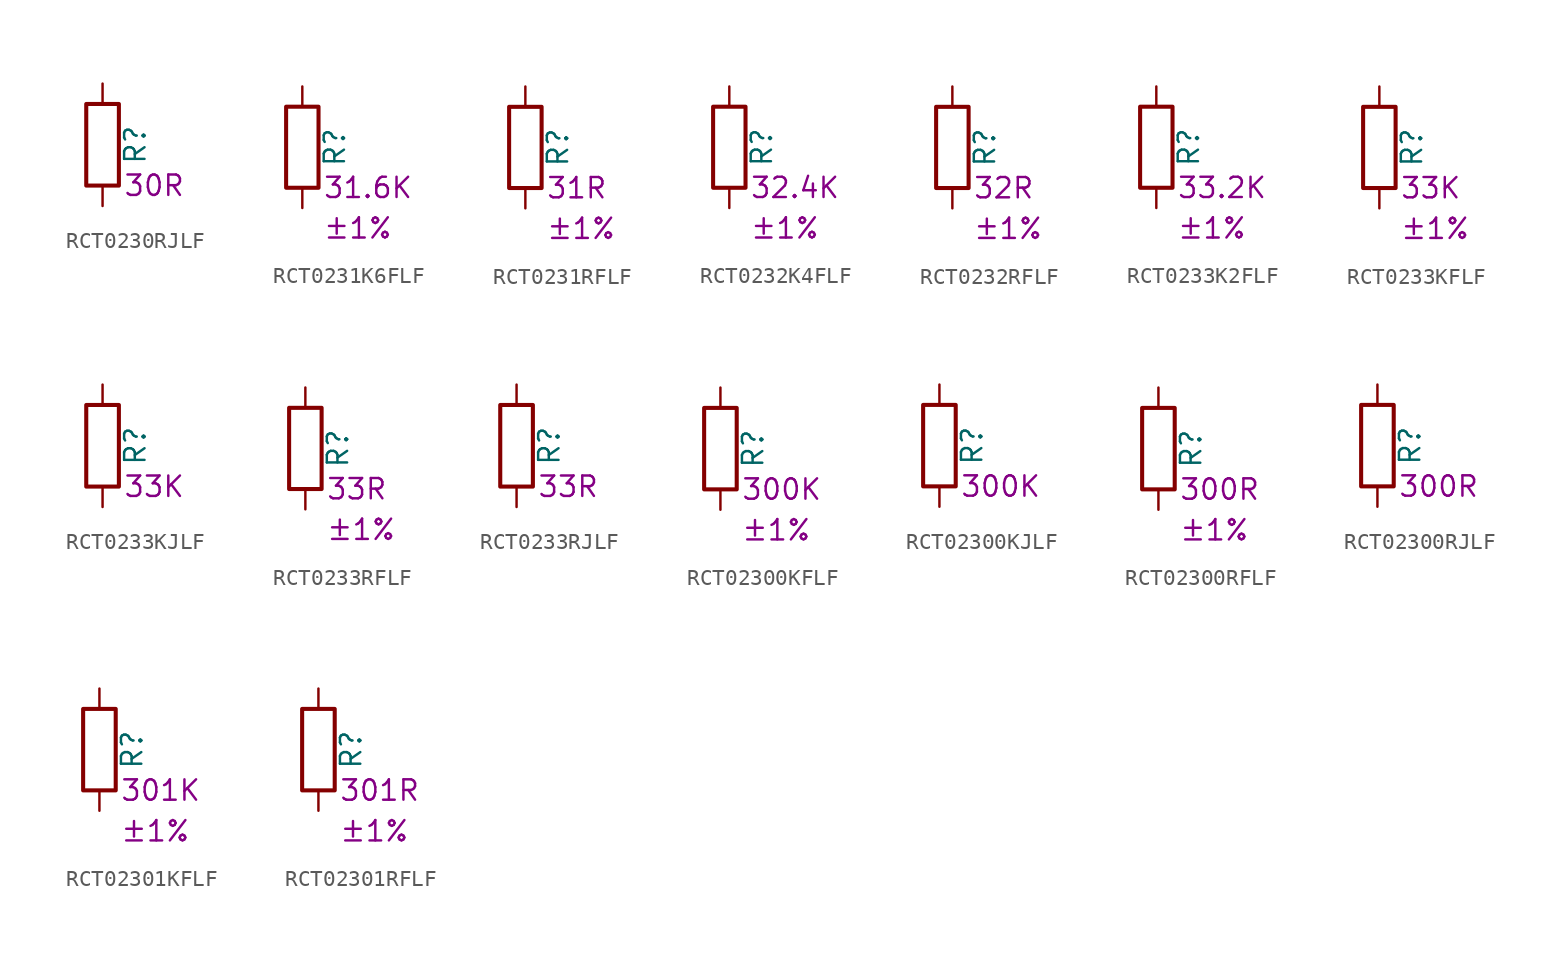
<source format=kicad_sym>
(kicad_symbol_lib
  (version 20220914)
  (generator kicad_symbol_editor)
  (symbol "RCT0230RJLF"
    (pin_numbers hide)
    (pin_names
      (offset 0))
    (property "Reference" "R"
      (at 2.032 0 90)
      (effects (font (size 1.27 1.27))))
    (property "Resistance" "30R"
      (at 1.27 -2.54 0)
      (effects (font (size 1.27 1.27)) (justify left)))
    (symbol "RCT0230RJLF_0_1"
      (rectangle (start -1.016 -2.54) (end 1.016 2.54) (stroke (width 0.254) (type default)) (fill (type none))))
    (symbol "RCT0230RJLF_1_1"
      (pin passive line (at 0 3.81 270) (length 1.27) (name "~" (effects (font (size 1.27 1.27)))) (number "1" (effects (font (size 1.27 1.27)))))
      (pin passive line (at 0 -3.81 90) (length 1.27) (name "~" (effects (font (size 1.27 1.27)))) (number "2" (effects (font (size 1.27 1.27)))))))
  (symbol "RCT0231K6FLF"
    (pin_numbers hide)
    (pin_names
      (offset 0))
    (property "Reference" "R"
      (at 2.032 0 90)
      (effects (font (size 1.27 1.27))))
    (property "Resistance" "31.6K"
      (at 1.27 -2.54 0)
      (effects (font (size 1.27 1.27)) (justify left)))
    (property "Tolerance" "±1%"
      (at 1.27 -5.08 0)
      (effects (font (size 1.27 1.27)) (justify left)))
    (symbol "RCT0231K6FLF_0_1"
      (rectangle (start -1.016 -2.54) (end 1.016 2.54) (stroke (width 0.254) (type default)) (fill (type none))))
    (symbol "RCT0231K6FLF_1_1"
      (pin passive line (at 0 3.81 270) (length 1.27) (name "~" (effects (font (size 1.27 1.27)))) (number "1" (effects (font (size 1.27 1.27)))))
      (pin passive line (at 0 -3.81 90) (length 1.27) (name "~" (effects (font (size 1.27 1.27)))) (number "2" (effects (font (size 1.27 1.27)))))))
  (symbol "RCT0231RFLF"
    (pin_numbers hide)
    (pin_names
      (offset 0))
    (property "Reference" "R"
      (at 2.032 0 90)
      (effects (font (size 1.27 1.27))))
    (property "Resistance" "31R"
      (at 1.27 -2.54 0)
      (effects (font (size 1.27 1.27)) (justify left)))
    (property "Tolerance" "±1%"
      (at 1.27 -5.08 0)
      (effects (font (size 1.27 1.27)) (justify left)))
    (symbol "RCT0231RFLF_0_1"
      (rectangle (start -1.016 -2.54) (end 1.016 2.54) (stroke (width 0.254) (type default)) (fill (type none))))
    (symbol "RCT0231RFLF_1_1"
      (pin passive line (at 0 3.81 270) (length 1.27) (name "~" (effects (font (size 1.27 1.27)))) (number "1" (effects (font (size 1.27 1.27)))))
      (pin passive line (at 0 -3.81 90) (length 1.27) (name "~" (effects (font (size 1.27 1.27)))) (number "2" (effects (font (size 1.27 1.27)))))))
  (symbol "RCT0232K4FLF"
    (pin_numbers hide)
    (pin_names
      (offset 0))
    (property "Reference" "R"
      (at 2.032 0 90)
      (effects (font (size 1.27 1.27))))
    (property "Resistance" "32.4K"
      (at 1.27 -2.54 0)
      (effects (font (size 1.27 1.27)) (justify left)))
    (property "Tolerance" "±1%"
      (at 1.27 -5.08 0)
      (effects (font (size 1.27 1.27)) (justify left)))
    (symbol "RCT0232K4FLF_0_1"
      (rectangle (start -1.016 -2.54) (end 1.016 2.54) (stroke (width 0.254) (type default)) (fill (type none))))
    (symbol "RCT0232K4FLF_1_1"
      (pin passive line (at 0 3.81 270) (length 1.27) (name "~" (effects (font (size 1.27 1.27)))) (number "1" (effects (font (size 1.27 1.27)))))
      (pin passive line (at 0 -3.81 90) (length 1.27) (name "~" (effects (font (size 1.27 1.27)))) (number "2" (effects (font (size 1.27 1.27)))))))
  (symbol "RCT0232RFLF"
    (pin_numbers hide)
    (pin_names
      (offset 0))
    (property "Reference" "R"
      (at 2.032 0 90)
      (effects (font (size 1.27 1.27))))
    (property "Resistance" "32R"
      (at 1.27 -2.54 0)
      (effects (font (size 1.27 1.27)) (justify left)))
    (property "Tolerance" "±1%"
      (at 1.27 -5.08 0)
      (effects (font (size 1.27 1.27)) (justify left)))
    (symbol "RCT0232RFLF_0_1"
      (rectangle (start -1.016 -2.54) (end 1.016 2.54) (stroke (width 0.254) (type default)) (fill (type none))))
    (symbol "RCT0232RFLF_1_1"
      (pin passive line (at 0 3.81 270) (length 1.27) (name "~" (effects (font (size 1.27 1.27)))) (number "1" (effects (font (size 1.27 1.27)))))
      (pin passive line (at 0 -3.81 90) (length 1.27) (name "~" (effects (font (size 1.27 1.27)))) (number "2" (effects (font (size 1.27 1.27)))))))
  (symbol "RCT0233K2FLF"
    (pin_numbers hide)
    (pin_names
      (offset 0))
    (property "Reference" "R"
      (at 2.032 0 90)
      (effects (font (size 1.27 1.27))))
    (property "Resistance" "33.2K"
      (at 1.27 -2.54 0)
      (effects (font (size 1.27 1.27)) (justify left)))
    (property "Tolerance" "±1%"
      (at 1.27 -5.08 0)
      (effects (font (size 1.27 1.27)) (justify left)))
    (symbol "RCT0233K2FLF_0_1"
      (rectangle (start -1.016 -2.54) (end 1.016 2.54) (stroke (width 0.254) (type default)) (fill (type none))))
    (symbol "RCT0233K2FLF_1_1"
      (pin passive line (at 0 3.81 270) (length 1.27) (name "~" (effects (font (size 1.27 1.27)))) (number "1" (effects (font (size 1.27 1.27)))))
      (pin passive line (at 0 -3.81 90) (length 1.27) (name "~" (effects (font (size 1.27 1.27)))) (number "2" (effects (font (size 1.27 1.27)))))))
  (symbol "RCT0233KFLF"
    (pin_numbers hide)
    (pin_names
      (offset 0))
    (property "Reference" "R"
      (at 2.032 0 90)
      (effects (font (size 1.27 1.27))))
    (property "Resistance" "33K"
      (at 1.27 -2.54 0)
      (effects (font (size 1.27 1.27)) (justify left)))
    (property "Tolerance" "±1%"
      (at 1.27 -5.08 0)
      (effects (font (size 1.27 1.27)) (justify left)))
    (symbol "RCT0233KFLF_0_1"
      (rectangle (start -1.016 -2.54) (end 1.016 2.54) (stroke (width 0.254) (type default)) (fill (type none))))
    (symbol "RCT0233KFLF_1_1"
      (pin passive line (at 0 3.81 270) (length 1.27) (name "~" (effects (font (size 1.27 1.27)))) (number "1" (effects (font (size 1.27 1.27)))))
      (pin passive line (at 0 -3.81 90) (length 1.27) (name "~" (effects (font (size 1.27 1.27)))) (number "2" (effects (font (size 1.27 1.27)))))))
  (symbol "RCT0233KJLF"
    (pin_numbers hide)
    (pin_names
      (offset 0))
    (property "Reference" "R"
      (at 2.032 0 90)
      (effects (font (size 1.27 1.27))))
    (property "Resistance" "33K"
      (at 1.27 -2.54 0)
      (effects (font (size 1.27 1.27)) (justify left)))
    (symbol "RCT0233KJLF_0_1"
      (rectangle (start -1.016 -2.54) (end 1.016 2.54) (stroke (width 0.254) (type default)) (fill (type none))))
    (symbol "RCT0233KJLF_1_1"
      (pin passive line (at 0 3.81 270) (length 1.27) (name "~" (effects (font (size 1.27 1.27)))) (number "1" (effects (font (size 1.27 1.27)))))
      (pin passive line (at 0 -3.81 90) (length 1.27) (name "~" (effects (font (size 1.27 1.27)))) (number "2" (effects (font (size 1.27 1.27)))))))
  (symbol "RCT0233RFLF"
    (pin_numbers hide)
    (pin_names
      (offset 0))
    (property "Reference" "R"
      (at 2.032 0 90)
      (effects (font (size 1.27 1.27))))
    (property "Resistance" "33R"
      (at 1.27 -2.54 0)
      (effects (font (size 1.27 1.27)) (justify left)))
    (property "Tolerance" "±1%"
      (at 1.27 -5.08 0)
      (effects (font (size 1.27 1.27)) (justify left)))
    (symbol "RCT0233RFLF_0_1"
      (rectangle (start -1.016 -2.54) (end 1.016 2.54) (stroke (width 0.254) (type default)) (fill (type none))))
    (symbol "RCT0233RFLF_1_1"
      (pin passive line (at 0 3.81 270) (length 1.27) (name "~" (effects (font (size 1.27 1.27)))) (number "1" (effects (font (size 1.27 1.27)))))
      (pin passive line (at 0 -3.81 90) (length 1.27) (name "~" (effects (font (size 1.27 1.27)))) (number "2" (effects (font (size 1.27 1.27)))))))
  (symbol "RCT0233RJLF"
    (pin_numbers hide)
    (pin_names
      (offset 0))
    (property "Reference" "R"
      (at 2.032 0 90)
      (effects (font (size 1.27 1.27))))
    (property "Resistance" "33R"
      (at 1.27 -2.54 0)
      (effects (font (size 1.27 1.27)) (justify left)))
    (symbol "RCT0233RJLF_0_1"
      (rectangle (start -1.016 -2.54) (end 1.016 2.54) (stroke (width 0.254) (type default)) (fill (type none))))
    (symbol "RCT0233RJLF_1_1"
      (pin passive line (at 0 3.81 270) (length 1.27) (name "~" (effects (font (size 1.27 1.27)))) (number "1" (effects (font (size 1.27 1.27)))))
      (pin passive line (at 0 -3.81 90) (length 1.27) (name "~" (effects (font (size 1.27 1.27)))) (number "2" (effects (font (size 1.27 1.27)))))))
  (symbol "RCT02300KFLF"
    (pin_numbers hide)
    (pin_names
      (offset 0))
    (property "Reference" "R"
      (at 2.032 0 90)
      (effects (font (size 1.27 1.27))))
    (property "Resistance" "300K"
      (at 1.27 -2.54 0)
      (effects (font (size 1.27 1.27)) (justify left)))
    (property "Tolerance" "±1%"
      (at 1.27 -5.08 0)
      (effects (font (size 1.27 1.27)) (justify left)))
    (symbol "RCT02300KFLF_0_1"
      (rectangle (start -1.016 -2.54) (end 1.016 2.54) (stroke (width 0.254) (type default)) (fill (type none))))
    (symbol "RCT02300KFLF_1_1"
      (pin passive line (at 0 3.81 270) (length 1.27) (name "~" (effects (font (size 1.27 1.27)))) (number "1" (effects (font (size 1.27 1.27)))))
      (pin passive line (at 0 -3.81 90) (length 1.27) (name "~" (effects (font (size 1.27 1.27)))) (number "2" (effects (font (size 1.27 1.27)))))))
  (symbol "RCT02300KJLF"
    (pin_numbers hide)
    (pin_names
      (offset 0))
    (property "Reference" "R"
      (at 2.032 0 90)
      (effects (font (size 1.27 1.27))))
    (property "Resistance" "300K"
      (at 1.27 -2.54 0)
      (effects (font (size 1.27 1.27)) (justify left)))
    (symbol "RCT02300KJLF_0_1"
      (rectangle (start -1.016 -2.54) (end 1.016 2.54) (stroke (width 0.254) (type default)) (fill (type none))))
    (symbol "RCT02300KJLF_1_1"
      (pin passive line (at 0 3.81 270) (length 1.27) (name "~" (effects (font (size 1.27 1.27)))) (number "1" (effects (font (size 1.27 1.27)))))
      (pin passive line (at 0 -3.81 90) (length 1.27) (name "~" (effects (font (size 1.27 1.27)))) (number "2" (effects (font (size 1.27 1.27)))))))
  (symbol "RCT02300RFLF"
    (pin_numbers hide)
    (pin_names
      (offset 0))
    (property "Reference" "R"
      (at 2.032 0 90)
      (effects (font (size 1.27 1.27))))
    (property "Resistance" "300R"
      (at 1.27 -2.54 0)
      (effects (font (size 1.27 1.27)) (justify left)))
    (property "Tolerance" "±1%"
      (at 1.27 -5.08 0)
      (effects (font (size 1.27 1.27)) (justify left)))
    (symbol "RCT02300RFLF_0_1"
      (rectangle (start -1.016 -2.54) (end 1.016 2.54) (stroke (width 0.254) (type default)) (fill (type none))))
    (symbol "RCT02300RFLF_1_1"
      (pin passive line (at 0 3.81 270) (length 1.27) (name "~" (effects (font (size 1.27 1.27)))) (number "1" (effects (font (size 1.27 1.27)))))
      (pin passive line (at 0 -3.81 90) (length 1.27) (name "~" (effects (font (size 1.27 1.27)))) (number "2" (effects (font (size 1.27 1.27)))))))
  (symbol "RCT02300RJLF"
    (pin_numbers hide)
    (pin_names
      (offset 0))
    (property "Reference" "R"
      (at 2.032 0 90)
      (effects (font (size 1.27 1.27))))
    (property "Resistance" "300R"
      (at 1.27 -2.54 0)
      (effects (font (size 1.27 1.27)) (justify left)))
    (symbol "RCT02300RJLF_0_1"
      (rectangle (start -1.016 -2.54) (end 1.016 2.54) (stroke (width 0.254) (type default)) (fill (type none))))
    (symbol "RCT02300RJLF_1_1"
      (pin passive line (at 0 3.81 270) (length 1.27) (name "~" (effects (font (size 1.27 1.27)))) (number "1" (effects (font (size 1.27 1.27)))))
      (pin passive line (at 0 -3.81 90) (length 1.27) (name "~" (effects (font (size 1.27 1.27)))) (number "2" (effects (font (size 1.27 1.27)))))))
  (symbol "RCT02301KFLF"
    (pin_numbers hide)
    (pin_names
      (offset 0))
    (property "Reference" "R"
      (at 2.032 0 90)
      (effects (font (size 1.27 1.27))))
    (property "Resistance" "301K"
      (at 1.27 -2.54 0)
      (effects (font (size 1.27 1.27)) (justify left)))
    (property "Tolerance" "±1%"
      (at 1.27 -5.08 0)
      (effects (font (size 1.27 1.27)) (justify left)))
    (symbol "RCT02301KFLF_0_1"
      (rectangle (start -1.016 -2.54) (end 1.016 2.54) (stroke (width 0.254) (type default)) (fill (type none))))
    (symbol "RCT02301KFLF_1_1"
      (pin passive line (at 0 3.81 270) (length 1.27) (name "~" (effects (font (size 1.27 1.27)))) (number "1" (effects (font (size 1.27 1.27)))))
      (pin passive line (at 0 -3.81 90) (length 1.27) (name "~" (effects (font (size 1.27 1.27)))) (number "2" (effects (font (size 1.27 1.27)))))))
  (symbol "RCT02301RFLF"
    (pin_numbers hide)
    (pin_names
      (offset 0))
    (property "Reference" "R"
      (at 2.032 0 90)
      (effects (font (size 1.27 1.27))))
    (property "Resistance" "301R"
      (at 1.27 -2.54 0)
      (effects (font (size 1.27 1.27)) (justify left)))
    (property "Tolerance" "±1%"
      (at 1.27 -5.08 0)
      (effects (font (size 1.27 1.27)) (justify left)))
    (symbol "RCT02301RFLF_0_1"
      (rectangle (start -1.016 -2.54) (end 1.016 2.54) (stroke (width 0.254) (type default)) (fill (type none))))
    (symbol "RCT02301RFLF_1_1"
      (pin passive line (at 0 3.81 270) (length 1.27) (name "~" (effects (font (size 1.27 1.27)))) (number "1" (effects (font (size 1.27 1.27)))))
      (pin passive line (at 0 -3.81 90) (length 1.27) (name "~" (effects (font (size 1.27 1.27)))) (number "2" (effects (font (size 1.27 1.27))))))))
</source>
